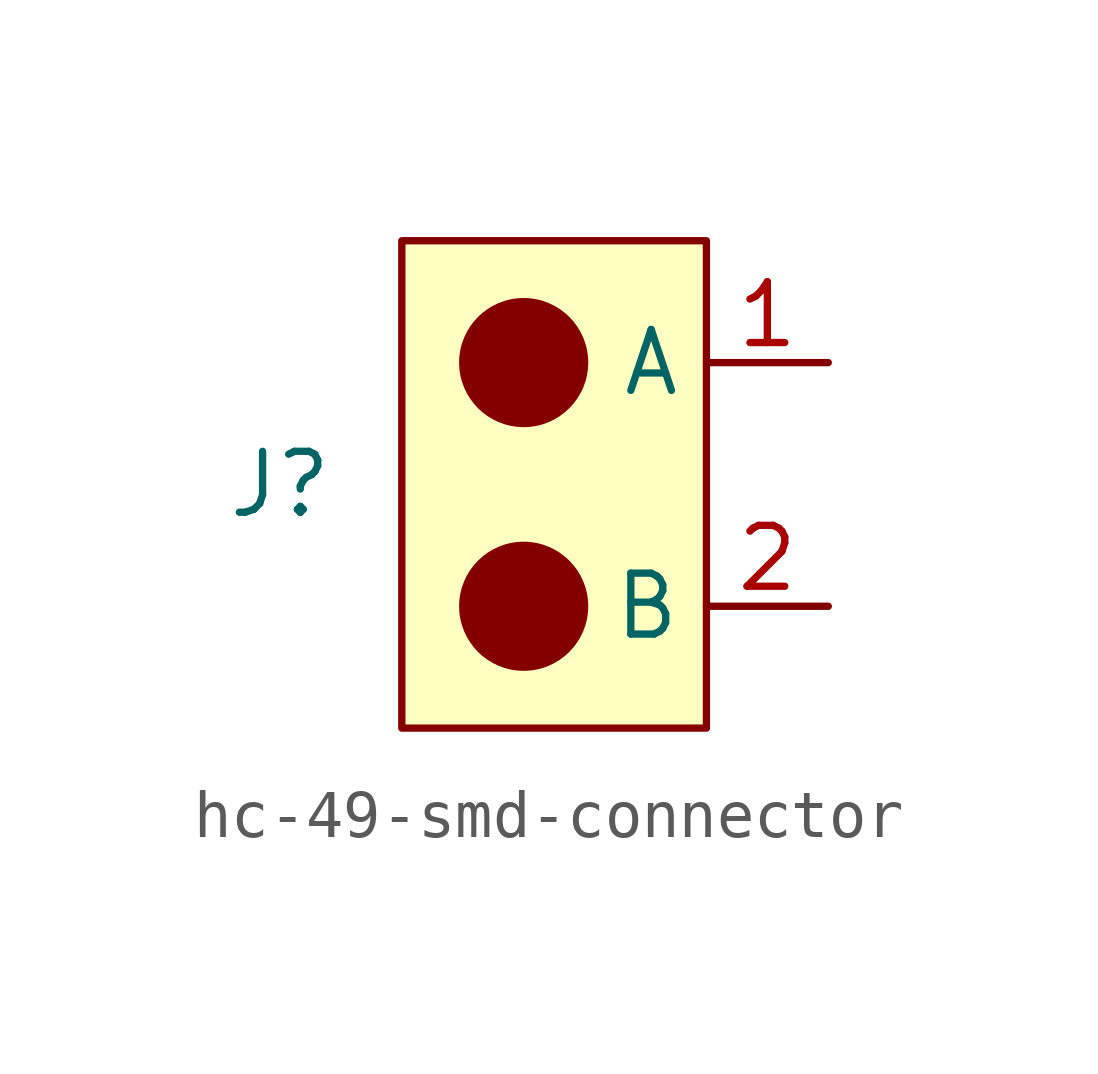
<source format=kicad_sym>
(kicad_symbol_lib
  (version 20220914)
  (generator kicad_symbol_editor)
  (symbol "hc-49-smd-connector"
    (property "Reference" "J"
      (at -5.08 0 0)
      (effects (font (size 1.27 1.27))))
    (symbol "hc-49-smd-connector_1_1"
      (rectangle (start -2.54 5.08) (end 3.81 -5.08) (stroke (width 0) (type default)) (fill (type background)))
      (circle (center 0 -2.54) (radius 1.27) (stroke (width 0) (type default)) (fill (type outline)))
      (circle (center 0 2.54) (radius 1.27) (stroke (width 0) (type solid)) (fill (type outline)))
      (pin bidirectional line (at 6.35 2.54 180) (length 2.54) (name "A" (effects (font (size 1.27 1.27)))) (number "1" (effects (font (size 1.27 1.27)))))
      (pin bidirectional line (at 6.35 -2.54 180) (length 2.54) (name "B" (effects (font (size 1.27 1.27)))) (number "2" (effects (font (size 1.27 1.27))))))))
</source>
